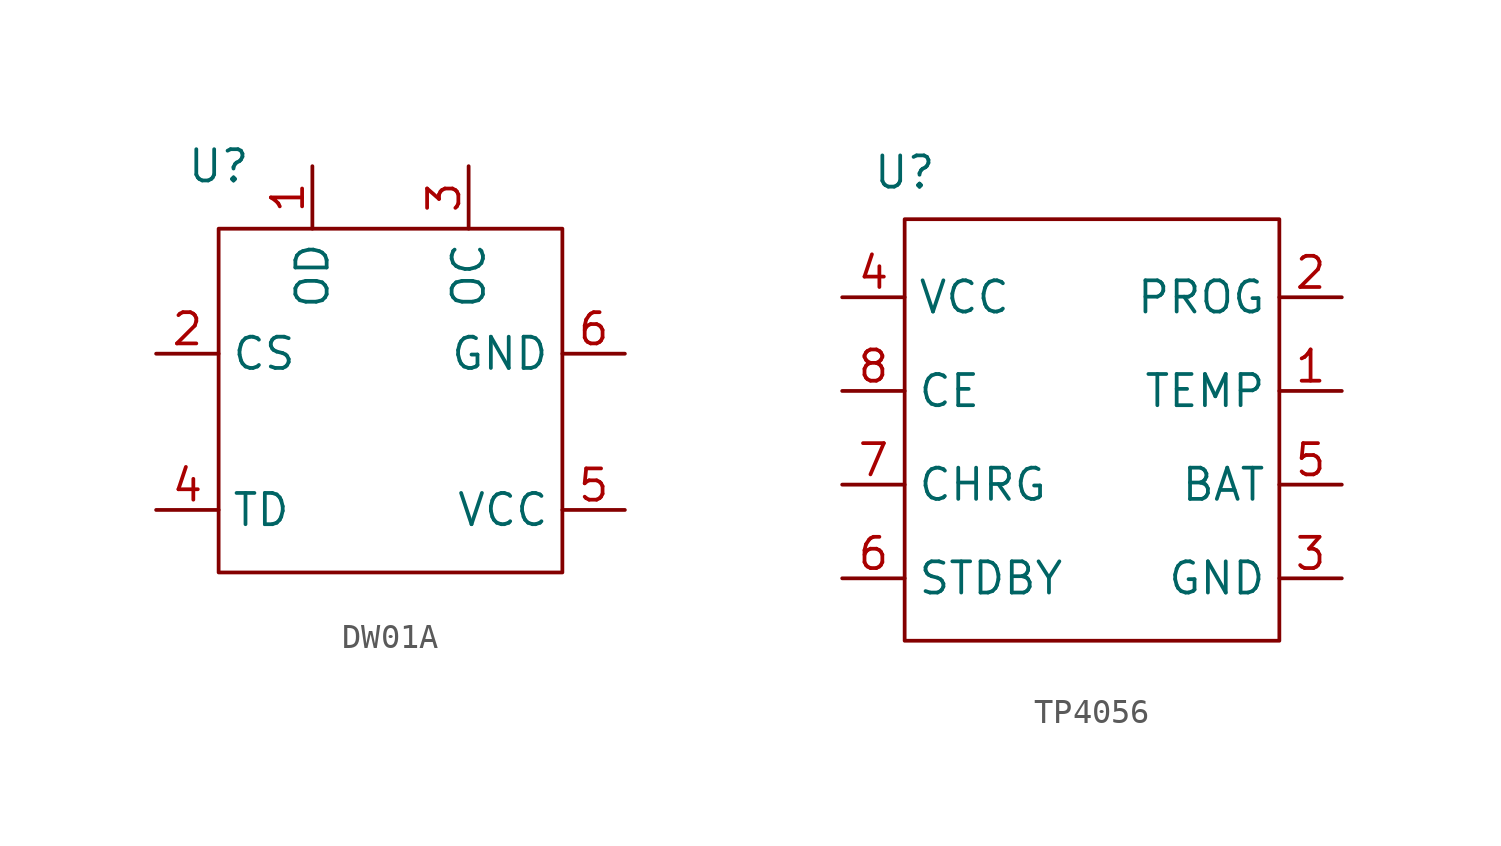
<source format=kicad_sym>
(kicad_symbol_lib
  (version 20231120)
  (generator "kicad_symbol_editor")
  (generator_version "8.0")
  (symbol "DW01A"
    (property "Reference" "U"
      (at 0 0 0)
      (effects (font (size 1.27 1.27))))
    (property "Value" ""
      (at 0 0 0)
      (effects (font (size 1.27 1.27))))
    (symbol "DW01A_0_1"
      (rectangle (start 0 -2.54) (end 13.97 -16.51) (stroke (width 0) (type default)) (fill (type none))))
    (symbol "DW01A_1_1"
      (pin output line (at 3.81 0 270) (length 2.54) (name "OD" (effects (font (size 1.27 1.27)))) (number "1" (effects (font (size 1.27 1.27)))))
      (pin input line (at -2.54 -7.62 0) (length 2.54) (name "CS" (effects (font (size 1.27 1.27)))) (number "2" (effects (font (size 1.27 1.27)))))
      (pin output line (at 10.16 0 270) (length 2.54) (name "OC" (effects (font (size 1.27 1.27)))) (number "3" (effects (font (size 1.27 1.27)))))
      (pin input line (at -2.54 -13.97 0) (length 2.54) (name "TD" (effects (font (size 1.27 1.27)))) (number "4" (effects (font (size 1.27 1.27)))))
      (pin power_in line (at 16.51 -13.97 180) (length 2.54) (name "VCC" (effects (font (size 1.27 1.27)))) (number "5" (effects (font (size 1.27 1.27)))))
      (pin power_in line (at 16.51 -7.62 180) (length 2.54) (name "GND" (effects (font (size 1.27 1.27)))) (number "6" (effects (font (size 1.27 1.27)))))))
  (symbol "TP4056"
    (property "Reference" "U"
      (at 0 0 0)
      (effects (font (size 1.27 1.27))))
    (property "Value" ""
      (at 0 0 0)
      (effects (font (size 1.27 1.27))))
    (symbol "TP4056_0_1"
      (rectangle (start 0 -1.905) (end 15.24 -19.05) (stroke (width 0) (type default)) (fill (type none))))
    (symbol "TP4056_1_1"
      (pin input line (at 17.78 -8.89 180) (length 2.54) (name "TEMP" (effects (font (size 1.27 1.27)))) (number "1" (effects (font (size 1.27 1.27)))))
      (pin input line (at 17.78 -5.08 180) (length 2.54) (name "PROG" (effects (font (size 1.27 1.27)))) (number "2" (effects (font (size 1.27 1.27)))))
      (pin power_in line (at 17.78 -16.51 180) (length 2.54) (name "GND" (effects (font (size 1.27 1.27)))) (number "3" (effects (font (size 1.27 1.27)))))
      (pin power_in line (at -2.54 -5.08 0) (length 2.54) (name "VCC" (effects (font (size 1.27 1.27)))) (number "4" (effects (font (size 1.27 1.27)))))
      (pin power_out line (at 17.78 -12.7 180) (length 2.54) (name "BAT" (effects (font (size 1.27 1.27)))) (number "5" (effects (font (size 1.27 1.27)))))
      (pin input line (at -2.54 -16.51 0) (length 2.54) (name "STDBY" (effects (font (size 1.27 1.27)))) (number "6" (effects (font (size 1.27 1.27)))))
      (pin input line (at -2.54 -12.7 0) (length 2.54) (name "CHRG" (effects (font (size 1.27 1.27)))) (number "7" (effects (font (size 1.27 1.27)))))
      (pin input line (at -2.54 -8.89 0) (length 2.54) (name "CE" (effects (font (size 1.27 1.27)))) (number "8" (effects (font (size 1.27 1.27))))))))
</source>
